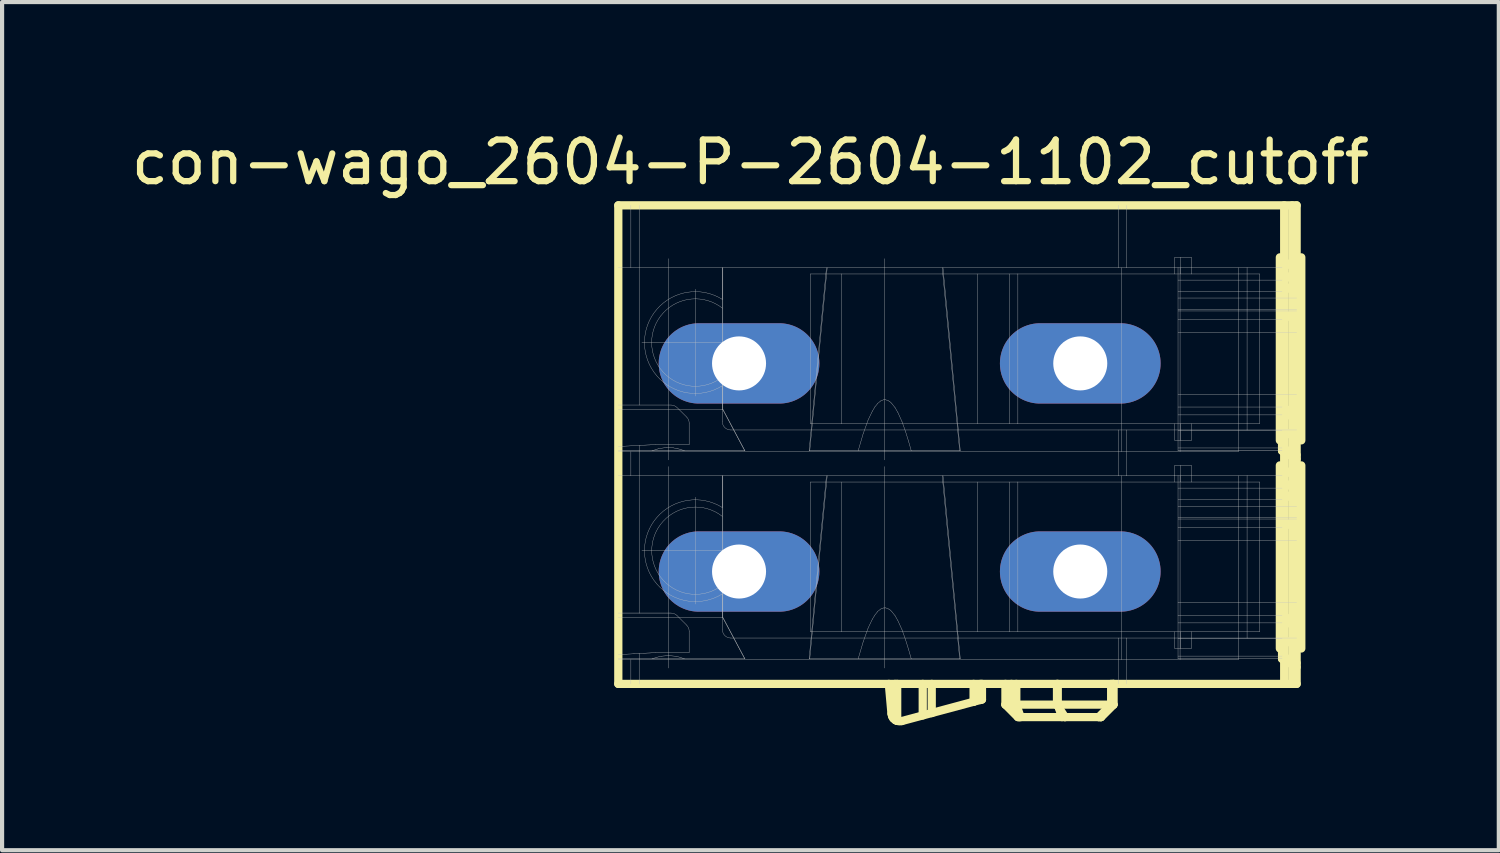
<source format=kicad_pcb>
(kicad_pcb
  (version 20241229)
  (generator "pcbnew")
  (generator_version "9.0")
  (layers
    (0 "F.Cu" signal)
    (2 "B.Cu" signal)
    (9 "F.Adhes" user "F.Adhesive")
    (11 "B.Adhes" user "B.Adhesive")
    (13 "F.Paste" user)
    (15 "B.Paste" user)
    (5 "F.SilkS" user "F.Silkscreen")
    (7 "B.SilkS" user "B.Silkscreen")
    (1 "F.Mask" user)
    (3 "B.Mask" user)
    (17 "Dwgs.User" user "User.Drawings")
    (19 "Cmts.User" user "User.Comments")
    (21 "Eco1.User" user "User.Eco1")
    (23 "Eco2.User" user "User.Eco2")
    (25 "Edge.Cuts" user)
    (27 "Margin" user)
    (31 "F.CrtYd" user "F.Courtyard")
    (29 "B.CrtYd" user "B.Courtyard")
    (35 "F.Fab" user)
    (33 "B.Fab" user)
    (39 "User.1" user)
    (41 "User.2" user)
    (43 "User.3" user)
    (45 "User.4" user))
  (footprint "con-wago_2604-P-2604-1102_cutoff"
    (layer "F.Cu")
    (at 22.907 3.383)
    (property "Reference" "con-wago_2604-P-2604-1102_cutoff" (at -7.925 -2.535 0) (layer "F.SilkS") (effects (font (size 1 1) (thickness 0.15))))
    (attr exclude_from_pos_files exclude_from_bom)
    (fp_line (start -11.1 10) (end -11.1 -1.499) (stroke (width 0.198) (type solid)) (layer "F.SilkS"))
    (fp_line (start -4.536 10.716) (end -4.6 10) (stroke (width 0.198) (type solid)) (layer "F.SilkS"))
    (fp_line (start -4.536 10.716) (end -4.521 10.777) (stroke (width 0.198) (type solid)) (layer "F.SilkS"))
    (fp_line (start -4.521 10.777) (end -4.491 10.828) (stroke (width 0.198) (type solid)) (layer "F.SilkS"))
    (fp_line (start -4.491 10.828) (end -4.435 10.874) (stroke (width 0.198) (type solid)) (layer "F.SilkS"))
    (fp_line (start -4.45 10.864) (end -4.45 10) (stroke (width 0.198) (type solid)) (layer "F.SilkS"))
    (fp_line (start -4.435 10.874) (end -4.399 10.889) (stroke (width 0.198) (type solid)) (layer "F.SilkS"))
    (fp_line (start -4.399 10.889) (end -4.399 10) (stroke (width 0.198) (type solid)) (layer "F.SilkS"))
    (fp_line (start -3.785 10.757) (end -3.785 10) (stroke (width 0.198) (type solid)) (layer "F.SilkS"))
    (fp_line (start -3.569 10.701) (end -3.569 10) (stroke (width 0.198) (type solid)) (layer "F.SilkS"))
    (fp_line (start -2.563 10.429) (end -4.285 10.892) (stroke (width 0.198) (type solid)) (layer "F.SilkS"))
    (fp_line (start -2.563 10.429) (end -2.563 10) (stroke (width 0.198) (type solid)) (layer "F.SilkS"))
    (fp_line (start -2.398 10.386) (end -2.398 10) (stroke (width 0.198) (type solid)) (layer "F.SilkS"))
    (fp_line (start -2.362 10.376) (end -2.563 10.429) (stroke (width 0.198) (type solid)) (layer "F.SilkS"))
    (fp_line (start -2.362 10.376) (end -2.362 10) (stroke (width 0.198) (type solid)) (layer "F.SilkS"))
    (fp_line (start -1.798 10) (end -1.798 10.498) (stroke (width 0.198) (type solid)) (layer "F.SilkS"))
    (fp_line (start -1.798 10.498) (end -1.499 10.798) (stroke (width 0.198) (type solid)) (layer "F.SilkS"))
    (fp_line (start -1.654 10.498) (end -1.798 10.498) (stroke (width 0.198) (type solid)) (layer "F.SilkS"))
    (fp_line (start -1.654 10.498) (end -1.654 10) (stroke (width 0.198) (type solid)) (layer "F.SilkS"))
    (fp_line (start -1.537 10.498) (end -1.537 10) (stroke (width 0.198) (type solid)) (layer "F.SilkS"))
    (fp_line (start -1.463 10.798) (end -1.654 10.498) (stroke (width 0.198) (type solid)) (layer "F.SilkS"))
    (fp_line (start -1.463 10.798) (end -1.499 10.798) (stroke (width 0.198) (type solid)) (layer "F.SilkS"))
    (fp_line (start -1.433 10.798) (end -1.537 10.498) (stroke (width 0.198) (type solid)) (layer "F.SilkS"))
    (fp_line (start -0.559 10.498) (end -1.654 10.498) (stroke (width 0.198) (type solid)) (layer "F.SilkS"))
    (fp_line (start -0.559 10.498) (end -0.559 10) (stroke (width 0.198) (type solid)) (layer "F.SilkS"))
    (fp_line (start -0.541 10.498) (end -0.541 10) (stroke (width 0.198) (type solid)) (layer "F.SilkS"))
    (fp_line (start -0.439 10.798) (end -0.541 10.498) (stroke (width 0.198) (type solid)) (layer "F.SilkS"))
    (fp_line (start -0.368 10.798) (end -1.463 10.798) (stroke (width 0.198) (type solid)) (layer "F.SilkS"))
    (fp_line (start -0.368 10.798) (end -0.559 10.498) (stroke (width 0.198) (type solid)) (layer "F.SilkS"))
    (fp_line (start 0.445 10.798) (end -0.368 10.798) (stroke (width 0.198) (type solid)) (layer "F.SilkS"))
    (fp_line (start 0.445 10.798) (end 0.742 10.498) (stroke (width 0.198) (type solid)) (layer "F.SilkS"))
    (fp_line (start 0.493 10.798) (end 0.445 10.798) (stroke (width 0.198) (type solid)) (layer "F.SilkS"))
    (fp_line (start 0.493 10.798) (end 0.79 10.498) (stroke (width 0.198) (type solid)) (layer "F.SilkS"))
    (fp_line (start 0.498 10.798) (end 0.493 10.798) (stroke (width 0.198) (type solid)) (layer "F.SilkS"))
    (fp_line (start 0.498 10.798) (end 0.798 10.498) (stroke (width 0.198) (type solid)) (layer "F.SilkS"))
    (fp_line (start 0.742 10.498) (end -0.559 10.498) (stroke (width 0.198) (type solid)) (layer "F.SilkS"))
    (fp_line (start 0.742 10.498) (end 0.742 10) (stroke (width 0.198) (type solid)) (layer "F.SilkS"))
    (fp_line (start 0.79 10.498) (end 0.742 10.498) (stroke (width 0.198) (type solid)) (layer "F.SilkS"))
    (fp_line (start 0.79 10.498) (end 0.79 10) (stroke (width 0.198) (type solid)) (layer "F.SilkS"))
    (fp_line (start 0.798 10.498) (end 0.79 10.498) (stroke (width 0.198) (type solid)) (layer "F.SilkS"))
    (fp_line (start 0.798 10.498) (end 0.798 10) (stroke (width 0.198) (type solid)) (layer "F.SilkS"))
    (fp_line (start 4.796 4.148) (end 4.796 -0.249) (stroke (width 0.198) (type solid)) (layer "F.SilkS"))
    (fp_line (start 4.796 9.149) (end 4.796 4.75) (stroke (width 0.198) (type solid)) (layer "F.SilkS"))
    (fp_line (start 4.849 0) (end 4.849 1.25) (stroke (width 0.198) (type solid)) (layer "F.SilkS"))
    (fp_line (start 4.849 1.25) (end 4.849 3.348) (stroke (width 0.198) (type solid)) (layer "F.SilkS"))
    (fp_line (start 4.849 3.348) (end 4.849 4.399) (stroke (width 0.198) (type solid)) (layer "F.SilkS"))
    (fp_line (start 4.849 4.999) (end 4.849 6.248) (stroke (width 0.198) (type solid)) (layer "F.SilkS"))
    (fp_line (start 4.849 6.248) (end 4.849 8.349) (stroke (width 0.198) (type solid)) (layer "F.SilkS"))
    (fp_line (start 4.849 8.349) (end 4.849 9.398) (stroke (width 0.198) (type solid)) (layer "F.SilkS"))
    (fp_line (start 4.9 10) (end 4.9 -1.499) (stroke (width 0.198) (type solid)) (layer "F.SilkS"))
    (fp_line (start 5.093 10) (end 5.093 -1.499) (stroke (width 0.198) (type solid)) (layer "F.SilkS"))
    (fp_line (start 5.199 -1.499) (end -11.1 -1.499) (stroke (width 0.198) (type solid)) (layer "F.SilkS"))
    (fp_line (start 5.199 -0.193) (end 4.849 0) (stroke (width 0.198) (type solid)) (layer "F.SilkS"))
    (fp_line (start 5.199 0.127) (end 4.849 0.297) (stroke (width 0.198) (type solid)) (layer "F.SilkS"))
    (fp_line (start 5.199 0.399) (end 4.849 0.566) (stroke (width 0.198) (type solid)) (layer "F.SilkS"))
    (fp_line (start 5.199 1.054) (end 4.849 1.25) (stroke (width 0.198) (type solid)) (layer "F.SilkS"))
    (fp_line (start 5.199 3.543) (end 4.849 3.348) (stroke (width 0.198) (type solid)) (layer "F.SilkS"))
    (fp_line (start 5.199 3.556) (end 4.849 3.536) (stroke (width 0.198) (type solid)) (layer "F.SilkS"))
    (fp_line (start 5.199 4.079) (end 4.849 3.912) (stroke (width 0.198) (type solid)) (layer "F.SilkS"))
    (fp_line (start 5.199 4.501) (end 4.849 4.331) (stroke (width 0.198) (type solid)) (layer "F.SilkS"))
    (fp_line (start 5.199 4.592) (end 4.849 4.399) (stroke (width 0.198) (type solid)) (layer "F.SilkS"))
    (fp_line (start 5.199 4.806) (end 4.849 4.999) (stroke (width 0.198) (type solid)) (layer "F.SilkS"))
    (fp_line (start 5.199 5.128) (end 4.849 5.296) (stroke (width 0.198) (type solid)) (layer "F.SilkS"))
    (fp_line (start 5.199 5.397) (end 4.849 5.565) (stroke (width 0.198) (type solid)) (layer "F.SilkS"))
    (fp_line (start 5.199 6.055) (end 4.849 6.248) (stroke (width 0.198) (type solid)) (layer "F.SilkS"))
    (fp_line (start 5.199 8.542) (end 4.849 8.349) (stroke (width 0.198) (type solid)) (layer "F.SilkS"))
    (fp_line (start 5.199 8.557) (end 4.849 8.534) (stroke (width 0.198) (type solid)) (layer "F.SilkS"))
    (fp_line (start 5.199 9.081) (end 4.849 8.913) (stroke (width 0.198) (type solid)) (layer "F.SilkS"))
    (fp_line (start 5.199 9.5) (end 4.849 9.332) (stroke (width 0.198) (type solid)) (layer "F.SilkS"))
    (fp_line (start 5.199 9.594) (end 4.849 9.398) (stroke (width 0.198) (type solid)) (layer "F.SilkS"))
    (fp_line (start 5.199 10) (end -11.1 10) (stroke (width 0.198) (type solid)) (layer "F.SilkS"))
    (fp_line (start 5.199 10) (end 5.199 -1.499) (stroke (width 0.198) (type solid)) (layer "F.SilkS"))
    (fp_line (start 5.311 4.148) (end 5.311 -0.249) (stroke (width 0.198) (type solid)) (layer "F.SilkS"))
    (fp_line (start 5.311 9.149) (end 5.311 4.75) (stroke (width 0.198) (type solid)) (layer "F.SilkS"))
    (fp_arc (start -4.28498 10.89152) (mid -4.341898 10.897999) (end -4.398313 10.888045) (stroke (width 0.19812) (type solid)) (layer "F.SilkS"))
    (fp_line (start -11.1 3.399) (end -8.595 3.399) (stroke (width 0.008) (type solid)) (layer "Dwgs.User"))
    (fp_line (start -11.1 4.399) (end -10.29 4.399) (stroke (width 0.008) (type solid)) (layer "Dwgs.User"))
    (fp_line (start -11.1 8.4) (end -8.588 8.4) (stroke (width 0.008) (type solid)) (layer "Dwgs.User"))
    (fp_line (start -10.798 0) (end -10.798 -1.499) (stroke (width 0.008) (type solid)) (layer "Dwgs.User"))
    (fp_line (start -10.798 4.999) (end -10.798 4.42) (stroke (width 0.008) (type solid)) (layer "Dwgs.User"))
    (fp_line (start -10.798 10) (end -10.798 9.418) (stroke (width 0.008) (type solid)) (layer "Dwgs.User"))
    (fp_line (start -10.599 3.299) (end -11.1 3.299) (stroke (width 0.008) (type solid)) (layer "Dwgs.User"))
    (fp_line (start -10.599 3.299) (end -10.599 -1.499) (stroke (width 0.008) (type solid)) (layer "Dwgs.User"))
    (fp_line (start -10.599 8.298) (end -11.1 8.298) (stroke (width 0.008) (type solid)) (layer "Dwgs.User"))
    (fp_line (start -10.599 8.298) (end -10.599 4.27) (stroke (width 0.008) (type solid)) (layer "Dwgs.User"))
    (fp_line (start -10.599 10) (end -10.599 9.268) (stroke (width 0.008) (type solid)) (layer "Dwgs.User"))
    (fp_line (start -10.533 1.798) (end -8.598 1.798) (stroke (width 0.008) (type solid)) (layer "Dwgs.User"))
    (fp_line (start -10.533 6.8) (end -8.598 6.8) (stroke (width 0.008) (type solid)) (layer "Dwgs.User"))
    (fp_line (start -10.29 4.399) (end -10.127 4.346) (stroke (width 0.008) (type solid)) (layer "Dwgs.User"))
    (fp_line (start -10.29 4.399) (end -9.51 4.399) (stroke (width 0.008) (type solid)) (layer "Dwgs.User"))
    (fp_line (start -10.29 9.398) (end -10.18 9.362) (stroke (width 0.008) (type solid)) (layer "Dwgs.User"))
    (fp_line (start -10.198 4.249) (end -11.1 4.295) (stroke (width 0.008) (type solid)) (layer "Dwgs.User"))
    (fp_line (start -10.198 4.249) (end -9.398 4.249) (stroke (width 0.008) (type solid)) (layer "Dwgs.User"))
    (fp_line (start -10.198 9.248) (end -11.1 9.296) (stroke (width 0.008) (type solid)) (layer "Dwgs.User"))
    (fp_line (start -10.198 9.248) (end -9.398 9.248) (stroke (width 0.008) (type solid)) (layer "Dwgs.User"))
    (fp_line (start -10.18 9.362) (end -10.069 9.335) (stroke (width 0.008) (type solid)) (layer "Dwgs.User"))
    (fp_line (start -10.127 4.346) (end -9.952 4.321) (stroke (width 0.008) (type solid)) (layer "Dwgs.User"))
    (fp_line (start -10.069 9.335) (end -9.893 9.319) (stroke (width 0.008) (type solid)) (layer "Dwgs.User"))
    (fp_line (start -9.952 4.321) (end -9.782 4.328) (stroke (width 0.008) (type solid)) (layer "Dwgs.User"))
    (fp_line (start -9.898 4.618) (end -9.898 -0.218) (stroke (width 0.008) (type solid)) (layer "Dwgs.User"))
    (fp_line (start -9.898 9.619) (end -9.898 4.778) (stroke (width 0.008) (type solid)) (layer "Dwgs.User"))
    (fp_line (start -9.893 9.319) (end -9.713 9.337) (stroke (width 0.008) (type solid)) (layer "Dwgs.User"))
    (fp_line (start -9.832 3.299) (end -10.599 3.299) (stroke (width 0.008) (type solid)) (layer "Dwgs.User"))
    (fp_line (start -9.832 8.298) (end -10.599 8.298) (stroke (width 0.008) (type solid)) (layer "Dwgs.User"))
    (fp_line (start -9.782 4.328) (end -9.606 4.364) (stroke (width 0.008) (type solid)) (layer "Dwgs.User"))
    (fp_line (start -9.713 9.337) (end -9.611 9.362) (stroke (width 0.008) (type solid)) (layer "Dwgs.User"))
    (fp_line (start -9.611 9.362) (end -9.51 9.398) (stroke (width 0.008) (type solid)) (layer "Dwgs.User"))
    (fp_line (start -9.606 4.364) (end -9.51 4.399) (stroke (width 0.008) (type solid)) (layer "Dwgs.User"))
    (fp_line (start -9.51 4.399) (end -8.062 4.399) (stroke (width 0.008) (type solid)) (layer "Dwgs.User"))
    (fp_line (start -9.456 3.589) (end -9.69 3.358) (stroke (width 0.008) (type solid)) (layer "Dwgs.User"))
    (fp_line (start -9.456 8.59) (end -9.69 8.357) (stroke (width 0.008) (type solid)) (layer "Dwgs.User"))
    (fp_line (start -9.398 4.249) (end -9.398 3.731) (stroke (width 0.008) (type solid)) (layer "Dwgs.User"))
    (fp_line (start -9.398 9.248) (end -9.398 8.733) (stroke (width 0.008) (type solid)) (layer "Dwgs.User"))
    (fp_line (start -9.248 3.084) (end -9.248 0.516) (stroke (width 0.008) (type solid)) (layer "Dwgs.User"))
    (fp_line (start -9.248 8.082) (end -9.248 5.514) (stroke (width 0.008) (type solid)) (layer "Dwgs.User"))
    (fp_line (start -8.598 0) (end -11.1 0) (stroke (width 0.008) (type solid)) (layer "Dwgs.User"))
    (fp_line (start -8.598 0) (end -8.598 0.762) (stroke (width 0.008) (type solid)) (layer "Dwgs.User"))
    (fp_line (start -8.598 0.762) (end -8.598 0.975) (stroke (width 0.008) (type solid)) (layer "Dwgs.User"))
    (fp_line (start -8.598 2.619) (end -8.598 1.798) (stroke (width 0.008) (type solid)) (layer "Dwgs.User"))
    (fp_line (start -8.598 2.624) (end -8.598 2.835) (stroke (width 0.008) (type solid)) (layer "Dwgs.User"))
    (fp_line (start -8.598 2.835) (end -8.598 3.698) (stroke (width 0.008) (type solid)) (layer "Dwgs.User"))
    (fp_line (start -8.598 4.999) (end -11.1 4.999) (stroke (width 0.008) (type solid)) (layer "Dwgs.User"))
    (fp_line (start -8.598 4.999) (end -8.598 5.763) (stroke (width 0.008) (type solid)) (layer "Dwgs.User"))
    (fp_line (start -8.598 5.763) (end -8.598 5.974) (stroke (width 0.008) (type solid)) (layer "Dwgs.User"))
    (fp_line (start -8.598 7.617) (end -8.598 6.8) (stroke (width 0.008) (type solid)) (layer "Dwgs.User"))
    (fp_line (start -8.598 7.623) (end -8.598 7.836) (stroke (width 0.008) (type solid)) (layer "Dwgs.User"))
    (fp_line (start -8.598 7.836) (end -8.598 8.7) (stroke (width 0.008) (type solid)) (layer "Dwgs.User"))
    (fp_line (start -8.595 0.759) (end -8.595 0) (stroke (width 0.008) (type solid)) (layer "Dwgs.User"))
    (fp_line (start -8.595 1.798) (end -8.598 1.798) (stroke (width 0.008) (type solid)) (layer "Dwgs.User"))
    (fp_line (start -8.595 1.798) (end -8.595 0.978) (stroke (width 0.008) (type solid)) (layer "Dwgs.User"))
    (fp_line (start -8.595 2.799) (end -8.588 2.799) (stroke (width 0.008) (type solid)) (layer "Dwgs.User"))
    (fp_line (start -8.595 3.399) (end -8.595 2.837) (stroke (width 0.008) (type solid)) (layer "Dwgs.User"))
    (fp_line (start -8.595 3.399) (end -8.588 3.399) (stroke (width 0.008) (type solid)) (layer "Dwgs.User"))
    (fp_line (start -8.595 5.758) (end -8.595 4.999) (stroke (width 0.008) (type solid)) (layer "Dwgs.User"))
    (fp_line (start -8.595 6.8) (end -8.598 6.8) (stroke (width 0.008) (type solid)) (layer "Dwgs.User"))
    (fp_line (start -8.595 6.8) (end -8.595 5.977) (stroke (width 0.008) (type solid)) (layer "Dwgs.User"))
    (fp_line (start -8.595 7.798) (end -7.798 7.798) (stroke (width 0.008) (type solid)) (layer "Dwgs.User"))
    (fp_line (start -8.595 8.4) (end -8.595 7.838) (stroke (width 0.008) (type solid)) (layer "Dwgs.User"))
    (fp_line (start -8.588 1.798) (end -8.595 1.798) (stroke (width 0.008) (type solid)) (layer "Dwgs.User"))
    (fp_line (start -8.588 1.798) (end -8.588 0) (stroke (width 0.008) (type solid)) (layer "Dwgs.User"))
    (fp_line (start -8.588 2.799) (end -7.798 2.799) (stroke (width 0.008) (type solid)) (layer "Dwgs.User"))
    (fp_line (start -8.588 3.399) (end -8.588 2.799) (stroke (width 0.008) (type solid)) (layer "Dwgs.User"))
    (fp_line (start -8.588 6.8) (end -8.595 6.8) (stroke (width 0.008) (type solid)) (layer "Dwgs.User"))
    (fp_line (start -8.588 6.8) (end -8.588 4.999) (stroke (width 0.008) (type solid)) (layer "Dwgs.User"))
    (fp_line (start -8.588 8.4) (end -8.588 7.798) (stroke (width 0.008) (type solid)) (layer "Dwgs.User"))
    (fp_line (start -8.4 3.899) (end 0.919 3.899) (stroke (width 0.008) (type solid)) (layer "Dwgs.User"))
    (fp_line (start -8.4 8.898) (end 0.919 8.898) (stroke (width 0.008) (type solid)) (layer "Dwgs.User"))
    (fp_line (start -8.062 4.399) (end -8.595 3.399) (stroke (width 0.008) (type solid)) (layer "Dwgs.User"))
    (fp_line (start -8.062 4.399) (end -8.057 4.399) (stroke (width 0.008) (type solid)) (layer "Dwgs.User"))
    (fp_line (start -8.062 9.398) (end -8.595 8.4) (stroke (width 0.008) (type solid)) (layer "Dwgs.User"))
    (fp_line (start -8.057 4.399) (end -8.588 3.399) (stroke (width 0.008) (type solid)) (layer "Dwgs.User"))
    (fp_line (start -8.057 9.398) (end -11.1 9.398) (stroke (width 0.008) (type solid)) (layer "Dwgs.User"))
    (fp_line (start -8.057 9.398) (end -8.588 8.4) (stroke (width 0.008) (type solid)) (layer "Dwgs.User"))
    (fp_line (start -7.798 1.798) (end -8.588 1.798) (stroke (width 0.008) (type solid)) (layer "Dwgs.User"))
    (fp_line (start -7.798 2.799) (end -7.798 1.798) (stroke (width 0.008) (type solid)) (layer "Dwgs.User"))
    (fp_line (start -7.798 6.8) (end -8.588 6.8) (stroke (width 0.008) (type solid)) (layer "Dwgs.User"))
    (fp_line (start -7.798 7.798) (end -7.798 6.8) (stroke (width 0.008) (type solid)) (layer "Dwgs.User"))
    (fp_line (start -6.485 3.749) (end -6.485 0.15) (stroke (width 0.008) (type solid)) (layer "Dwgs.User"))
    (fp_line (start -6.485 8.748) (end -6.485 5.149) (stroke (width 0.008) (type solid)) (layer "Dwgs.User"))
    (fp_line (start -6.099 0) (end -6.515 4.399) (stroke (width 0.008) (type solid)) (layer "Dwgs.User"))
    (fp_line (start -6.099 4.999) (end -6.515 9.398) (stroke (width 0.008) (type solid)) (layer "Dwgs.User"))
    (fp_line (start -6.081 0) (end -6.5 4.399) (stroke (width 0.008) (type solid)) (layer "Dwgs.User"))
    (fp_line (start -6.081 4.999) (end -6.5 9.398) (stroke (width 0.008) (type solid)) (layer "Dwgs.User"))
    (fp_line (start -5.74 0.15) (end -6.485 0.15) (stroke (width 0.008) (type solid)) (layer "Dwgs.User"))
    (fp_line (start -5.74 3.749) (end -6.485 3.749) (stroke (width 0.008) (type solid)) (layer "Dwgs.User"))
    (fp_line (start -5.74 3.749) (end -5.74 0.15) (stroke (width 0.008) (type solid)) (layer "Dwgs.User"))
    (fp_line (start -5.74 8.748) (end -5.74 5.149) (stroke (width 0.008) (type solid)) (layer "Dwgs.User"))
    (fp_line (start -5.337 4.399) (end -5.217 3.99) (stroke (width 0.008) (type solid)) (layer "Dwgs.User"))
    (fp_line (start -5.337 9.398) (end -5.217 8.992) (stroke (width 0.008) (type solid)) (layer "Dwgs.User"))
    (fp_line (start -5.217 3.99) (end -5.098 3.66) (stroke (width 0.008) (type solid)) (layer "Dwgs.User"))
    (fp_line (start -5.217 8.992) (end -5.098 8.659) (stroke (width 0.008) (type solid)) (layer "Dwgs.User"))
    (fp_line (start -5.098 3.66) (end -4.996 3.447) (stroke (width 0.008) (type solid)) (layer "Dwgs.User"))
    (fp_line (start -5.098 8.659) (end -4.996 8.445) (stroke (width 0.008) (type solid)) (layer "Dwgs.User"))
    (fp_line (start -4.996 3.447) (end -4.935 3.345) (stroke (width 0.008) (type solid)) (layer "Dwgs.User"))
    (fp_line (start -4.996 8.445) (end -4.935 8.346) (stroke (width 0.008) (type solid)) (layer "Dwgs.User"))
    (fp_line (start -4.935 3.345) (end -4.862 3.254) (stroke (width 0.008) (type solid)) (layer "Dwgs.User"))
    (fp_line (start -4.935 8.346) (end -4.862 8.252) (stroke (width 0.008) (type solid)) (layer "Dwgs.User"))
    (fp_line (start -4.862 3.254) (end -4.79 3.198) (stroke (width 0.008) (type solid)) (layer "Dwgs.User"))
    (fp_line (start -4.862 8.252) (end -4.79 8.199) (stroke (width 0.008) (type solid)) (layer "Dwgs.User"))
    (fp_line (start -4.79 3.198) (end -4.732 3.175) (stroke (width 0.008) (type solid)) (layer "Dwgs.User"))
    (fp_line (start -4.79 8.199) (end -4.732 8.176) (stroke (width 0.008) (type solid)) (layer "Dwgs.User"))
    (fp_line (start -4.732 3.175) (end -4.671 3.175) (stroke (width 0.008) (type solid)) (layer "Dwgs.User"))
    (fp_line (start -4.732 8.176) (end -4.671 8.174) (stroke (width 0.008) (type solid)) (layer "Dwgs.User"))
    (fp_line (start -4.699 4.618) (end -4.699 -0.218) (stroke (width 0.008) (type solid)) (layer "Dwgs.User"))
    (fp_line (start -4.699 9.619) (end -4.699 4.778) (stroke (width 0.008) (type solid)) (layer "Dwgs.User"))
    (fp_line (start -4.671 3.175) (end -4.613 3.195) (stroke (width 0.008) (type solid)) (layer "Dwgs.User"))
    (fp_line (start -4.671 8.174) (end -4.613 8.197) (stroke (width 0.008) (type solid)) (layer "Dwgs.User"))
    (fp_line (start -4.613 3.195) (end -4.572 3.223) (stroke (width 0.008) (type solid)) (layer "Dwgs.User"))
    (fp_line (start -4.613 8.197) (end -4.572 8.222) (stroke (width 0.008) (type solid)) (layer "Dwgs.User"))
    (fp_line (start -4.572 3.223) (end -4.534 3.256) (stroke (width 0.008) (type solid)) (layer "Dwgs.User"))
    (fp_line (start -4.572 8.222) (end -4.534 8.255) (stroke (width 0.008) (type solid)) (layer "Dwgs.User"))
    (fp_line (start -4.534 3.256) (end -4.45 3.363) (stroke (width 0.008) (type solid)) (layer "Dwgs.User"))
    (fp_line (start -4.534 8.255) (end -4.45 8.362) (stroke (width 0.008) (type solid)) (layer "Dwgs.User"))
    (fp_line (start -4.45 3.363) (end -4.381 3.482) (stroke (width 0.008) (type solid)) (layer "Dwgs.User"))
    (fp_line (start -4.45 8.362) (end -4.381 8.484) (stroke (width 0.008) (type solid)) (layer "Dwgs.User"))
    (fp_line (start -4.381 3.482) (end -4.282 3.703) (stroke (width 0.008) (type solid)) (layer "Dwgs.User"))
    (fp_line (start -4.381 8.484) (end -4.282 8.702) (stroke (width 0.008) (type solid)) (layer "Dwgs.User"))
    (fp_line (start -4.282 3.703) (end -4.201 3.929) (stroke (width 0.008) (type solid)) (layer "Dwgs.User"))
    (fp_line (start -4.282 8.702) (end -4.201 8.931) (stroke (width 0.008) (type solid)) (layer "Dwgs.User"))
    (fp_line (start -4.201 3.929) (end -4.128 4.163) (stroke (width 0.008) (type solid)) (layer "Dwgs.User"))
    (fp_line (start -4.201 8.931) (end -4.128 9.164) (stroke (width 0.008) (type solid)) (layer "Dwgs.User"))
    (fp_line (start -4.128 4.163) (end -4.061 4.399) (stroke (width 0.008) (type solid)) (layer "Dwgs.User"))
    (fp_line (start -4.128 9.164) (end -4.061 9.398) (stroke (width 0.008) (type solid)) (layer "Dwgs.User"))
    (fp_line (start -2.898 4.399) (end -3.317 0) (stroke (width 0.008) (type solid)) (layer "Dwgs.User"))
    (fp_line (start -2.898 9.398) (end -3.317 4.999) (stroke (width 0.008) (type solid)) (layer "Dwgs.User"))
    (fp_line (start -2.883 4.399) (end -6.515 4.399) (stroke (width 0.008) (type solid)) (layer "Dwgs.User"))
    (fp_line (start -2.883 4.399) (end -3.299 0) (stroke (width 0.008) (type solid)) (layer "Dwgs.User"))
    (fp_line (start -2.883 9.398) (end -6.515 9.398) (stroke (width 0.008) (type solid)) (layer "Dwgs.User"))
    (fp_line (start -2.883 9.398) (end -3.299 4.999) (stroke (width 0.008) (type solid)) (layer "Dwgs.User"))
    (fp_line (start -2.474 3.749) (end -2.474 0.15) (stroke (width 0.008) (type solid)) (layer "Dwgs.User"))
    (fp_line (start -2.474 8.748) (end -2.474 5.149) (stroke (width 0.008) (type solid)) (layer "Dwgs.User"))
    (fp_line (start -1.699 3.749) (end -1.699 0.15) (stroke (width 0.008) (type solid)) (layer "Dwgs.User"))
    (fp_line (start -1.699 8.748) (end -1.699 5.149) (stroke (width 0.008) (type solid)) (layer "Dwgs.User"))
    (fp_line (start -1.499 0.15) (end -5.74 0.15) (stroke (width 0.008) (type solid)) (layer "Dwgs.User"))
    (fp_line (start -1.499 3.749) (end -5.74 3.749) (stroke (width 0.008) (type solid)) (layer "Dwgs.User"))
    (fp_line (start -1.499 3.749) (end -1.499 0.15) (stroke (width 0.008) (type solid)) (layer "Dwgs.User"))
    (fp_line (start -1.499 5.149) (end -6.485 5.149) (stroke (width 0.008) (type solid)) (layer "Dwgs.User"))
    (fp_line (start -1.499 8.748) (end -1.499 5.149) (stroke (width 0.008) (type solid)) (layer "Dwgs.User"))
    (fp_line (start -0.399 1.798) (end -0.399 2.799) (stroke (width 0.008) (type solid)) (layer "Dwgs.User"))
    (fp_line (start -0.399 2.799) (end 0.399 2.799) (stroke (width 0.008) (type solid)) (layer "Dwgs.User"))
    (fp_line (start -0.399 6.8) (end -0.399 7.798) (stroke (width 0.008) (type solid)) (layer "Dwgs.User"))
    (fp_line (start -0.399 7.798) (end 0.399 7.798) (stroke (width 0.008) (type solid)) (layer "Dwgs.User"))
    (fp_line (start 0.399 1.798) (end -0.399 1.798) (stroke (width 0.008) (type solid)) (layer "Dwgs.User"))
    (fp_line (start 0.399 2.799) (end 0.399 1.798) (stroke (width 0.008) (type solid)) (layer "Dwgs.User"))
    (fp_line (start 0.399 6.8) (end -0.399 6.8) (stroke (width 0.008) (type solid)) (layer "Dwgs.User"))
    (fp_line (start 0.399 7.798) (end 0.399 6.8) (stroke (width 0.008) (type solid)) (layer "Dwgs.User"))
    (fp_line (start 0.919 0) (end -8.598 0) (stroke (width 0.008) (type solid)) (layer "Dwgs.User"))
    (fp_line (start 0.919 0) (end 0.919 -1.499) (stroke (width 0.008) (type solid)) (layer "Dwgs.User"))
    (fp_line (start 0.919 3.899) (end 1.11 3.899) (stroke (width 0.008) (type solid)) (layer "Dwgs.User"))
    (fp_line (start 0.919 4.999) (end -8.598 4.999) (stroke (width 0.008) (type solid)) (layer "Dwgs.User"))
    (fp_line (start 0.919 4.999) (end 0.919 3.899) (stroke (width 0.008) (type solid)) (layer "Dwgs.User"))
    (fp_line (start 0.919 8.898) (end 1.11 8.898) (stroke (width 0.008) (type solid)) (layer "Dwgs.User"))
    (fp_line (start 0.919 10) (end 0.919 8.898) (stroke (width 0.008) (type solid)) (layer "Dwgs.User"))
    (fp_line (start 0.998 4.42) (end 0.998 0) (stroke (width 0.008) (type solid)) (layer "Dwgs.User"))
    (fp_line (start 0.998 9.418) (end 0.998 4.999) (stroke (width 0.008) (type solid)) (layer "Dwgs.User"))
    (fp_line (start 1.11 0) (end 0.919 0) (stroke (width 0.008) (type solid)) (layer "Dwgs.User"))
    (fp_line (start 1.11 0) (end 1.11 -1.499) (stroke (width 0.008) (type solid)) (layer "Dwgs.User"))
    (fp_line (start 1.11 3.899) (end 4.008 3.899) (stroke (width 0.008) (type solid)) (layer "Dwgs.User"))
    (fp_line (start 1.11 4.999) (end 0.919 4.999) (stroke (width 0.008) (type solid)) (layer "Dwgs.User"))
    (fp_line (start 1.11 4.999) (end 1.11 3.899) (stroke (width 0.008) (type solid)) (layer "Dwgs.User"))
    (fp_line (start 1.11 8.898) (end 2.271 8.898) (stroke (width 0.008) (type solid)) (layer "Dwgs.User"))
    (fp_line (start 1.11 10) (end 1.11 8.898) (stroke (width 0.008) (type solid)) (layer "Dwgs.User"))
    (fp_line (start 2.271 -0.249) (end 2.271 0.15) (stroke (width 0.008) (type solid)) (layer "Dwgs.User"))
    (fp_line (start 2.271 3.749) (end 2.271 4.148) (stroke (width 0.008) (type solid)) (layer "Dwgs.User"))
    (fp_line (start 2.271 4.75) (end 2.271 4.999) (stroke (width 0.008) (type solid)) (layer "Dwgs.User"))
    (fp_line (start 2.271 4.999) (end 1.11 4.999) (stroke (width 0.008) (type solid)) (layer "Dwgs.User"))
    (fp_line (start 2.271 4.999) (end 2.271 5.149) (stroke (width 0.008) (type solid)) (layer "Dwgs.User"))
    (fp_line (start 2.271 8.748) (end 2.271 8.898) (stroke (width 0.008) (type solid)) (layer "Dwgs.User"))
    (fp_line (start 2.271 8.898) (end 2.271 9.149) (stroke (width 0.008) (type solid)) (layer "Dwgs.User"))
    (fp_line (start 2.349 0) (end 1.11 0) (stroke (width 0.008) (type solid)) (layer "Dwgs.User"))
    (fp_line (start 2.349 0) (end 2.349 4.399) (stroke (width 0.008) (type solid)) (layer "Dwgs.User"))
    (fp_line (start 2.349 4.999) (end 2.271 4.999) (stroke (width 0.008) (type solid)) (layer "Dwgs.User"))
    (fp_line (start 2.349 4.999) (end 2.349 8.049) (stroke (width 0.008) (type solid)) (layer "Dwgs.User"))
    (fp_line (start 2.349 8.049) (end 2.349 8.349) (stroke (width 0.008) (type solid)) (layer "Dwgs.User"))
    (fp_line (start 2.349 8.349) (end 2.349 9.398) (stroke (width 0.008) (type solid)) (layer "Dwgs.User"))
    (fp_line (start 2.398 4.42) (end 2.398 0) (stroke (width 0.008) (type solid)) (layer "Dwgs.User"))
    (fp_line (start 2.398 9.418) (end 2.398 4.999) (stroke (width 0.008) (type solid)) (layer "Dwgs.User"))
    (fp_line (start 2.413 0.15) (end 2.413 -0.249) (stroke (width 0.008) (type solid)) (layer "Dwgs.User"))
    (fp_line (start 2.413 4.148) (end 2.413 3.749) (stroke (width 0.008) (type solid)) (layer "Dwgs.User"))
    (fp_line (start 2.413 5.149) (end 2.413 4.75) (stroke (width 0.008) (type solid)) (layer "Dwgs.User"))
    (fp_line (start 2.413 9.149) (end 2.413 8.748) (stroke (width 0.008) (type solid)) (layer "Dwgs.User"))
    (fp_line (start 2.67 -0.249) (end 2.271 -0.249) (stroke (width 0.008) (type solid)) (layer "Dwgs.User"))
    (fp_line (start 2.67 0.15) (end -1.499 0.15) (stroke (width 0.008) (type solid)) (layer "Dwgs.User"))
    (fp_line (start 2.67 0.15) (end 2.67 -0.249) (stroke (width 0.008) (type solid)) (layer "Dwgs.User"))
    (fp_line (start 2.67 3.749) (end -1.499 3.749) (stroke (width 0.008) (type solid)) (layer "Dwgs.User"))
    (fp_line (start 2.67 4.148) (end 2.271 4.148) (stroke (width 0.008) (type solid)) (layer "Dwgs.User"))
    (fp_line (start 2.67 4.148) (end 2.67 3.749) (stroke (width 0.008) (type solid)) (layer "Dwgs.User"))
    (fp_line (start 2.67 4.75) (end 2.271 4.75) (stroke (width 0.008) (type solid)) (layer "Dwgs.User"))
    (fp_line (start 2.67 5.149) (end -1.499 5.149) (stroke (width 0.008) (type solid)) (layer "Dwgs.User"))
    (fp_line (start 2.67 5.149) (end 2.67 4.75) (stroke (width 0.008) (type solid)) (layer "Dwgs.User"))
    (fp_line (start 2.67 8.748) (end -6.485 8.748) (stroke (width 0.008) (type solid)) (layer "Dwgs.User"))
    (fp_line (start 2.67 9.149) (end 2.271 9.149) (stroke (width 0.008) (type solid)) (layer "Dwgs.User"))
    (fp_line (start 2.67 9.149) (end 2.67 8.748) (stroke (width 0.008) (type solid)) (layer "Dwgs.User"))
    (fp_line (start 3.8 4.42) (end -11.1 4.42) (stroke (width 0.008) (type solid)) (layer "Dwgs.User"))
    (fp_line (start 3.8 4.42) (end 3.8 0) (stroke (width 0.008) (type solid)) (layer "Dwgs.User"))
    (fp_line (start 3.8 9.418) (end -11.1 9.418) (stroke (width 0.008) (type solid)) (layer "Dwgs.User"))
    (fp_line (start 3.8 9.418) (end 3.8 4.999) (stroke (width 0.008) (type solid)) (layer "Dwgs.User"))
    (fp_line (start 4.008 0) (end 2.349 0) (stroke (width 0.008) (type solid)) (layer "Dwgs.User"))
    (fp_line (start 4.008 3.899) (end 4.008 0) (stroke (width 0.008) (type solid)) (layer "Dwgs.User"))
    (fp_line (start 4.008 4.999) (end 2.349 4.999) (stroke (width 0.008) (type solid)) (layer "Dwgs.User"))
    (fp_line (start 4.008 8.898) (end 2.271 8.898) (stroke (width 0.008) (type solid)) (layer "Dwgs.User"))
    (fp_line (start 4.008 8.898) (end 4.008 4.999) (stroke (width 0.008) (type solid)) (layer "Dwgs.User"))
    (fp_line (start 4.31 0.15) (end 2.67 0.15) (stroke (width 0.008) (type solid)) (layer "Dwgs.User"))
    (fp_line (start 4.31 3.749) (end 2.67 3.749) (stroke (width 0.008) (type solid)) (layer "Dwgs.User"))
    (fp_line (start 4.31 3.749) (end 4.31 0.15) (stroke (width 0.008) (type solid)) (layer "Dwgs.User"))
    (fp_line (start 4.31 5.149) (end 2.67 5.149) (stroke (width 0.008) (type solid)) (layer "Dwgs.User"))
    (fp_line (start 4.31 8.748) (end 2.67 8.748) (stroke (width 0.008) (type solid)) (layer "Dwgs.User"))
    (fp_line (start 4.31 8.748) (end 4.31 5.149) (stroke (width 0.008) (type solid)) (layer "Dwgs.User"))
    (fp_line (start 4.849 0) (end 4.008 0) (stroke (width 0.008) (type solid)) (layer "Dwgs.User"))
    (fp_line (start 4.849 0.297) (end 2.349 0.297) (stroke (width 0.008) (type solid)) (layer "Dwgs.User"))
    (fp_line (start 4.849 0.566) (end 2.349 0.566) (stroke (width 0.008) (type solid)) (layer "Dwgs.User"))
    (fp_line (start 4.849 1.25) (end 2.349 1.25) (stroke (width 0.008) (type solid)) (layer "Dwgs.User"))
    (fp_line (start 4.849 3.348) (end 2.349 3.348) (stroke (width 0.008) (type solid)) (layer "Dwgs.User"))
    (fp_line (start 4.849 3.536) (end 2.349 3.536) (stroke (width 0.008) (type solid)) (layer "Dwgs.User"))
    (fp_line (start 4.849 3.912) (end 2.349 3.912) (stroke (width 0.008) (type solid)) (layer "Dwgs.User"))
    (fp_line (start 4.849 4.331) (end 2.349 4.331) (stroke (width 0.008) (type solid)) (layer "Dwgs.User"))
    (fp_line (start 4.849 4.399) (end 2.349 4.399) (stroke (width 0.008) (type solid)) (layer "Dwgs.User"))
    (fp_line (start 4.849 4.999) (end 4.008 4.999) (stroke (width 0.008) (type solid)) (layer "Dwgs.User"))
    (fp_line (start 4.849 5.296) (end 2.349 5.296) (stroke (width 0.008) (type solid)) (layer "Dwgs.User"))
    (fp_line (start 4.849 5.565) (end 2.349 5.565) (stroke (width 0.008) (type solid)) (layer "Dwgs.User"))
    (fp_line (start 4.849 6.248) (end 2.349 6.248) (stroke (width 0.008) (type solid)) (layer "Dwgs.User"))
    (fp_line (start 4.849 8.349) (end 2.349 8.349) (stroke (width 0.008) (type solid)) (layer "Dwgs.User"))
    (fp_line (start 4.849 8.534) (end 2.349 8.534) (stroke (width 0.008) (type solid)) (layer "Dwgs.User"))
    (fp_line (start 4.849 8.913) (end 2.349 8.913) (stroke (width 0.008) (type solid)) (layer "Dwgs.User"))
    (fp_line (start 4.849 9.332) (end 2.349 9.332) (stroke (width 0.008) (type solid)) (layer "Dwgs.User"))
    (fp_line (start 4.849 9.398) (end 2.349 9.398) (stroke (width 0.008) (type solid)) (layer "Dwgs.User"))
    (fp_line (start 5.199 0.729) (end 2.349 0.729) (stroke (width 0.008) (type solid)) (layer "Dwgs.User"))
    (fp_line (start 5.199 0.998) (end 2.349 0.998) (stroke (width 0.008) (type solid)) (layer "Dwgs.User"))
    (fp_line (start 5.199 1.039) (end 2.349 1.039) (stroke (width 0.008) (type solid)) (layer "Dwgs.User"))
    (fp_line (start 5.199 1.549) (end 2.349 1.549) (stroke (width 0.008) (type solid)) (layer "Dwgs.User"))
    (fp_line (start 5.199 3.048) (end 2.349 3.048) (stroke (width 0.008) (type solid)) (layer "Dwgs.User"))
    (fp_line (start 5.199 3.899) (end 4.008 3.899) (stroke (width 0.008) (type solid)) (layer "Dwgs.User"))
    (fp_line (start 5.199 5.73) (end 2.349 5.73) (stroke (width 0.008) (type solid)) (layer "Dwgs.User"))
    (fp_line (start 5.199 5.999) (end 2.349 5.999) (stroke (width 0.008) (type solid)) (layer "Dwgs.User"))
    (fp_line (start 5.199 6.038) (end 2.349 6.038) (stroke (width 0.008) (type solid)) (layer "Dwgs.User"))
    (fp_line (start 5.199 6.548) (end 2.349 6.548) (stroke (width 0.008) (type solid)) (layer "Dwgs.User"))
    (fp_line (start 5.199 8.049) (end 2.349 8.049) (stroke (width 0.008) (type solid)) (layer "Dwgs.User"))
    (fp_line (start 5.199 8.898) (end 4.008 8.898) (stroke (width 0.008) (type solid)) (layer "Dwgs.User"))
    (fp_arc (start -9.83234 3.29946) (mid -9.756523 3.314541) (end -9.692248 3.357488) (stroke (width 0.00762) (type solid)) (layer "Dwgs.User"))
    (fp_arc (start -9.83234 8.29818) (mid -9.755551 8.313454) (end -9.690452 8.356952) (stroke (width 0.00762) (type solid)) (layer "Dwgs.User"))
    (fp_arc (start -9.45642 3.58902) (mid -9.412814 3.65428) (end -9.397502 3.73126) (stroke (width 0.00762) (type solid)) (layer "Dwgs.User"))
    (fp_arc (start -9.45642 8.59028) (mid -9.412814 8.65554) (end -9.397502 8.73252) (stroke (width 0.00762) (type solid)) (layer "Dwgs.User"))
    (fp_arc (start -8.5979 2.62382) (mid -10.298979 1.79882) (end -8.598685 0.972202) (stroke (width 0.00762) (type solid)) (layer "Dwgs.User"))
    (fp_arc (start -8.5979 2.83464) (mid -10.471565 1.799521) (end -8.599936 0.760725) (stroke (width 0.00762) (type solid)) (layer "Dwgs.User"))
    (fp_arc (start -8.5979 7.62254) (mid -10.296983 6.80165) (end -8.601154 5.97406) (stroke (width 0.00762) (type solid)) (layer "Dwgs.User"))
    (fp_arc (start -8.5979 7.8359) (mid -10.471565 6.800781) (end -8.599936 5.761985) (stroke (width 0.00762) (type solid)) (layer "Dwgs.User"))
    (fp_arc (start -8.39978 3.8989) (mid -8.541668 3.840128) (end -8.60044 3.69824) (stroke (width 0.00762) (type solid)) (layer "Dwgs.User"))
    (fp_arc (start -8.39978 8.89762) (mid -8.539872 8.839592) (end -8.5979 8.6995) (stroke (width 0.00762) (type solid)) (layer "Dwgs.User"))
    (pad "P1.1" thru_hole oval (at 0 2.299 90) (size 1.93 3.861) (drill 1.298) (layers "*.Cu" "*.Paste" "*.Mask"))
    (pad "P1.2" thru_hole oval (at -8.199 2.299 90) (size 1.93 3.861) (drill 1.298) (layers "*.Cu" "*.Paste" "*.Mask"))
    (pad "P2.1" thru_hole oval (at 0 7.3 90) (size 1.93 3.861) (drill 1.298) (layers "*.Cu" "*.Paste" "*.Mask"))
    (pad "P2.2" thru_hole oval (at -8.199 7.3 90) (size 1.93 3.861) (drill 1.298) (layers "*.Cu" "*.Paste" "*.Mask")))
  (gr_rect
    (start -3 -3)
    (end 32.964 17.38)
    (stroke (width 0.1) (type default))
    (fill no)
    (layer "Edge.Cuts")))
</source>
